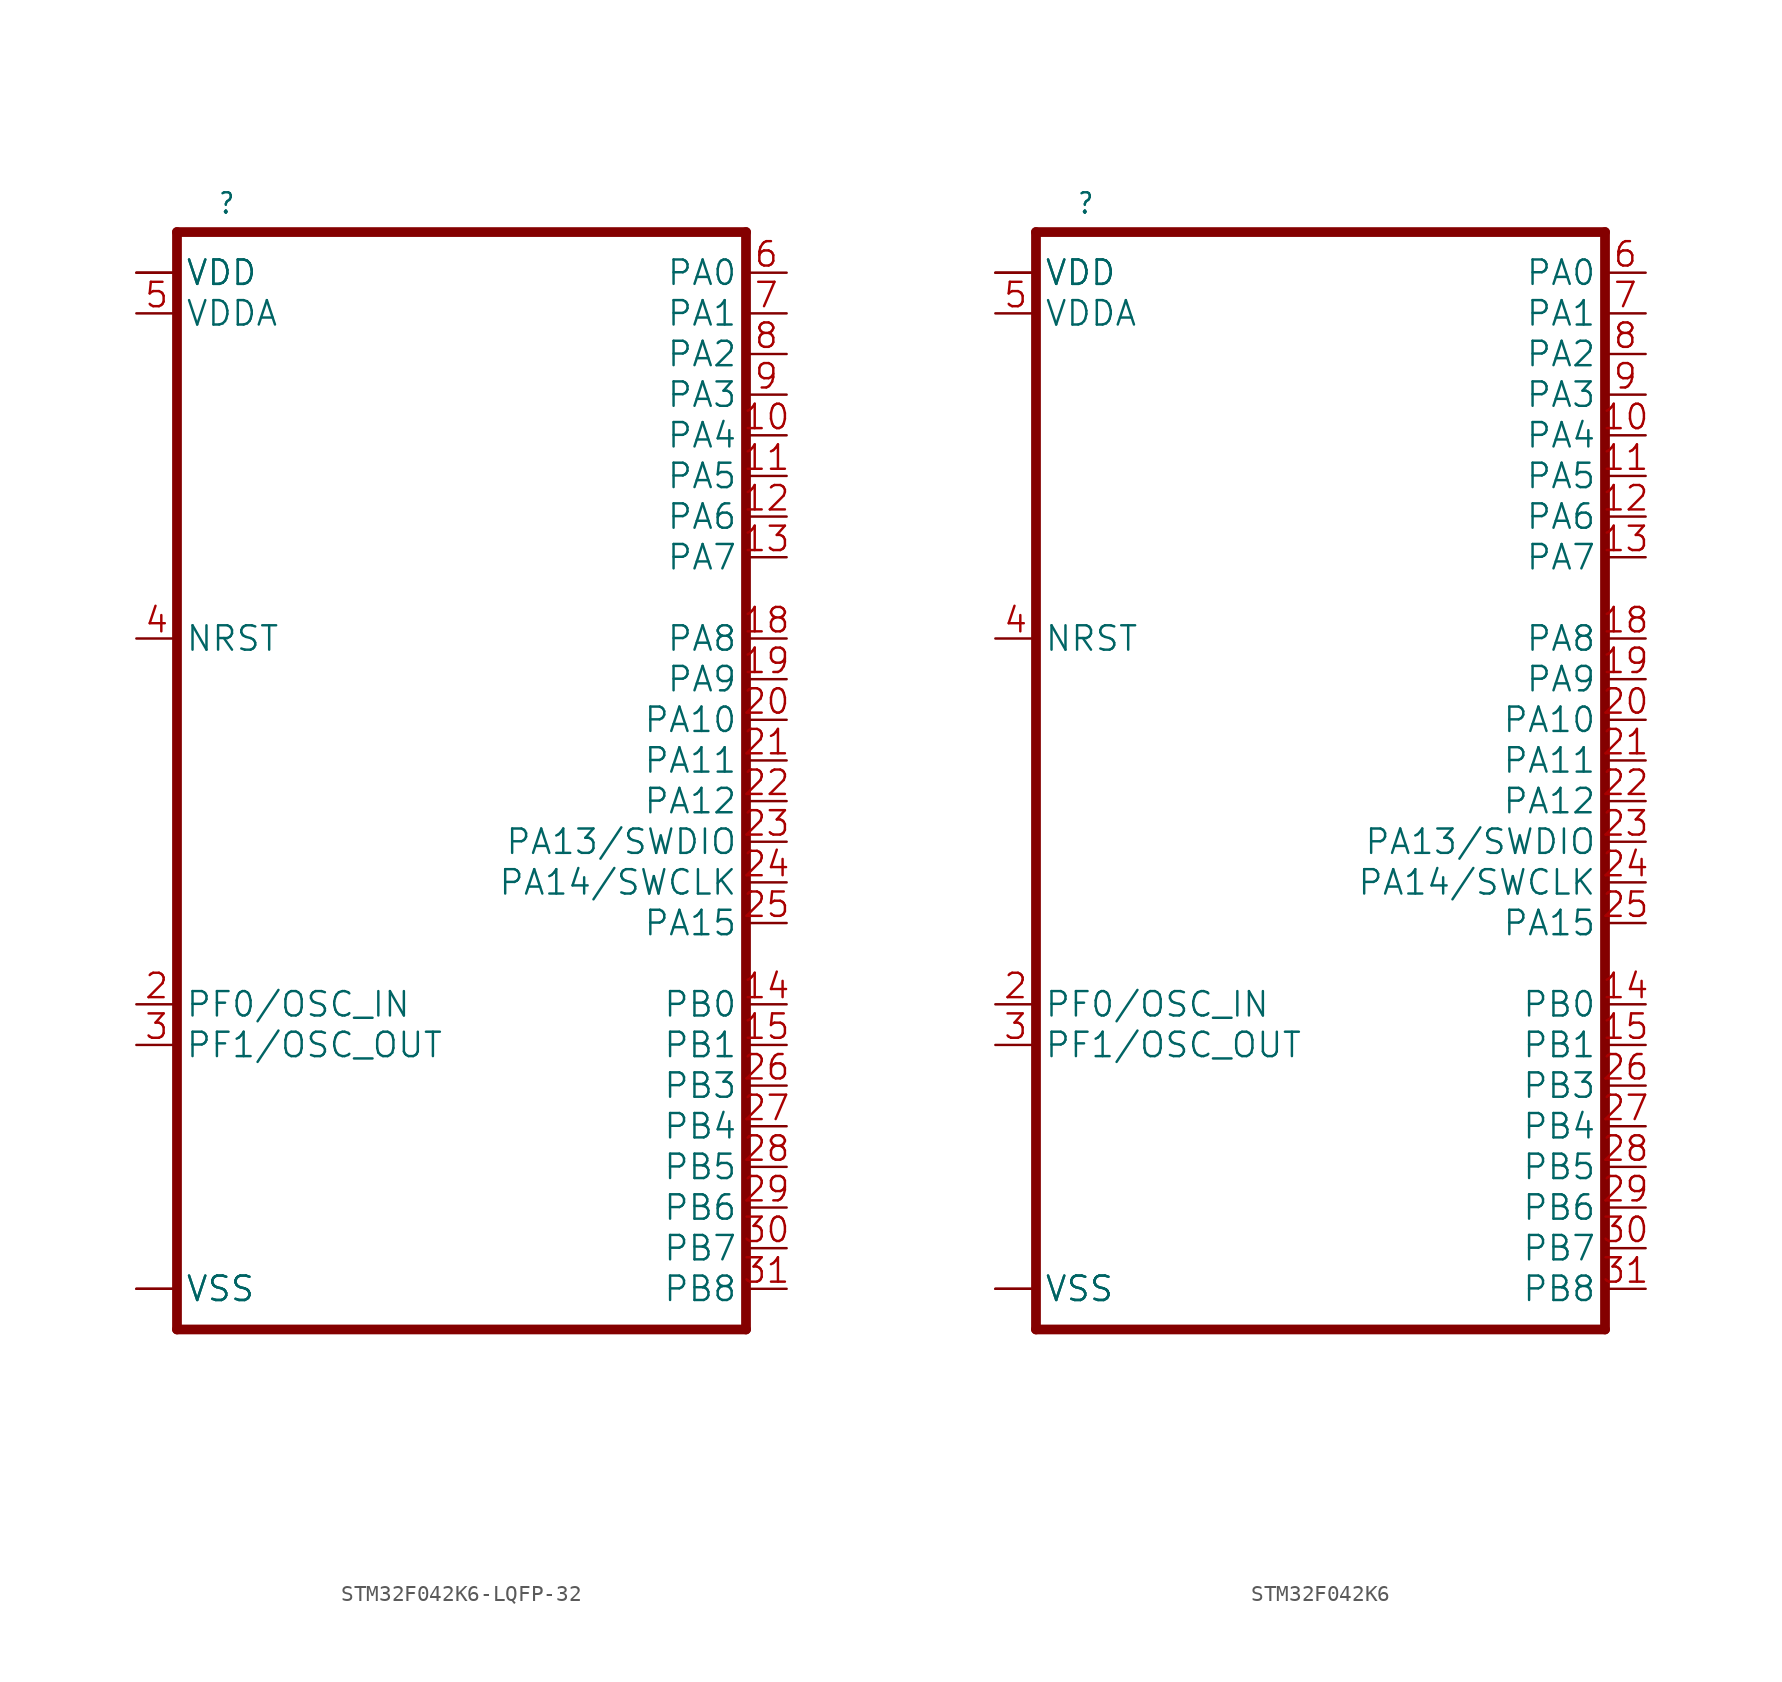
<source format=kicad_sym>
(kicad_symbol_lib
  (version 20241209)
  (generator "kicad_symbol_editor")
  (generator_version "9.0")
  (symbol "STM32F042K6-LQFP-32"
    (property "Reference" ""
      (at 2.54 2.54 0)
      (effects (font (size 1.27 1.079)) (justify left top)))
    (property "Value" ""
      (at 2.54 -76.2 0)
      (effects (font (size 1.27 1.079)) (justify left bottom)))
    (property "ki_locked" ""
      (at 0 0 0)
      (effects (font (size 1.27 1.27))))
    (symbol "STM32F042K6-LQFP-32_1_0"
      (polyline (pts (xy 0 0) (xy 0 -68.58)) (stroke (width 0.61) (type solid)) (fill (type none)))
      (polyline (pts (xy 0 0) (xy 35.56 0)) (stroke (width 0.61) (type solid)) (fill (type none)))
      (polyline (pts (xy 0 -68.58) (xy 35.56 -68.58)) (stroke (width 0.61) (type solid)) (fill (type none)))
      (polyline (pts (xy 35.56 0) (xy 35.56 -68.58)) (stroke (width 0.61) (type solid)) (fill (type none)))
      (pin bidirectional line (at -2.54 -2.54 0) (length 2.54) (name "VDD" (effects (font (size 1.524 1.524)))) (number "1" (effects (font (size 0 0)))))
      (pin bidirectional line (at -2.54 -2.54 0) (length 2.54) (name "VDD" (effects (font (size 1.524 1.524)))) (number "17" (effects (font (size 0 0)))))
      (pin bidirectional line (at -2.54 -5.08 0) (length 2.54) (name "VDDA" (effects (font (size 1.524 1.524)))) (number "5" (effects (font (size 1.524 1.524)))))
      (pin bidirectional line (at -2.54 -25.4 0) (length 2.54) (name "NRST" (effects (font (size 1.524 1.524)))) (number "4" (effects (font (size 1.524 1.524)))))
      (pin bidirectional line (at -2.54 -48.26 0) (length 2.54) (name "PF0/OSC_IN" (effects (font (size 1.524 1.524)))) (number "2" (effects (font (size 1.524 1.524)))))
      (pin bidirectional line (at -2.54 -50.8 0) (length 2.54) (name "PF1/OSC_OUT" (effects (font (size 1.524 1.524)))) (number "3" (effects (font (size 1.524 1.524)))))
      (pin bidirectional line (at -2.54 -66.04 0) (length 2.54) (name "VSS" (effects (font (size 1.524 1.524)))) (number "16" (effects (font (size 0 0)))))
      (pin bidirectional line (at -2.54 -66.04 0) (length 2.54) (name "VSS" (effects (font (size 1.524 1.524)))) (number "32" (effects (font (size 0 0)))))
      (pin bidirectional line (at 38.1 -2.54 180) (length 2.54) (name "PA0" (effects (font (size 1.524 1.524)))) (number "6" (effects (font (size 1.524 1.524)))))
      (pin bidirectional line (at 38.1 -5.08 180) (length 2.54) (name "PA1" (effects (font (size 1.524 1.524)))) (number "7" (effects (font (size 1.524 1.524)))))
      (pin bidirectional line (at 38.1 -7.62 180) (length 2.54) (name "PA2" (effects (font (size 1.524 1.524)))) (number "8" (effects (font (size 1.524 1.524)))))
      (pin bidirectional line (at 38.1 -10.16 180) (length 2.54) (name "PA3" (effects (font (size 1.524 1.524)))) (number "9" (effects (font (size 1.524 1.524)))))
      (pin bidirectional line (at 38.1 -12.7 180) (length 2.54) (name "PA4" (effects (font (size 1.524 1.524)))) (number "10" (effects (font (size 1.524 1.524)))))
      (pin bidirectional line (at 38.1 -15.24 180) (length 2.54) (name "PA5" (effects (font (size 1.524 1.524)))) (number "11" (effects (font (size 1.524 1.524)))))
      (pin bidirectional line (at 38.1 -17.78 180) (length 2.54) (name "PA6" (effects (font (size 1.524 1.524)))) (number "12" (effects (font (size 1.524 1.524)))))
      (pin bidirectional line (at 38.1 -20.32 180) (length 2.54) (name "PA7" (effects (font (size 1.524 1.524)))) (number "13" (effects (font (size 1.524 1.524)))))
      (pin bidirectional line (at 38.1 -25.4 180) (length 2.54) (name "PA8" (effects (font (size 1.524 1.524)))) (number "18" (effects (font (size 1.524 1.524)))))
      (pin bidirectional line (at 38.1 -27.94 180) (length 2.54) (name "PA9" (effects (font (size 1.524 1.524)))) (number "19" (effects (font (size 1.524 1.524)))))
      (pin bidirectional line (at 38.1 -30.48 180) (length 2.54) (name "PA10" (effects (font (size 1.524 1.524)))) (number "20" (effects (font (size 1.524 1.524)))))
      (pin bidirectional line (at 38.1 -33.02 180) (length 2.54) (name "PA11" (effects (font (size 1.524 1.524)))) (number "21" (effects (font (size 1.524 1.524)))))
      (pin bidirectional line (at 38.1 -35.56 180) (length 2.54) (name "PA12" (effects (font (size 1.524 1.524)))) (number "22" (effects (font (size 1.524 1.524)))))
      (pin bidirectional line (at 38.1 -38.1 180) (length 2.54) (name "PA13/SWDIO" (effects (font (size 1.524 1.524)))) (number "23" (effects (font (size 1.524 1.524)))))
      (pin bidirectional line (at 38.1 -40.64 180) (length 2.54) (name "PA14/SWCLK" (effects (font (size 1.524 1.524)))) (number "24" (effects (font (size 1.524 1.524)))))
      (pin bidirectional line (at 38.1 -43.18 180) (length 2.54) (name "PA15" (effects (font (size 1.524 1.524)))) (number "25" (effects (font (size 1.524 1.524)))))
      (pin bidirectional line (at 38.1 -48.26 180) (length 2.54) (name "PB0" (effects (font (size 1.524 1.524)))) (number "14" (effects (font (size 1.524 1.524)))))
      (pin bidirectional line (at 38.1 -50.8 180) (length 2.54) (name "PB1" (effects (font (size 1.524 1.524)))) (number "15" (effects (font (size 1.524 1.524)))))
      (pin bidirectional line (at 38.1 -53.34 180) (length 2.54) (name "PB3" (effects (font (size 1.524 1.524)))) (number "26" (effects (font (size 1.524 1.524)))))
      (pin bidirectional line (at 38.1 -55.88 180) (length 2.54) (name "PB4" (effects (font (size 1.524 1.524)))) (number "27" (effects (font (size 1.524 1.524)))))
      (pin bidirectional line (at 38.1 -58.42 180) (length 2.54) (name "PB5" (effects (font (size 1.524 1.524)))) (number "28" (effects (font (size 1.524 1.524)))))
      (pin bidirectional line (at 38.1 -60.96 180) (length 2.54) (name "PB6" (effects (font (size 1.524 1.524)))) (number "29" (effects (font (size 1.524 1.524)))))
      (pin bidirectional line (at 38.1 -63.5 180) (length 2.54) (name "PB7" (effects (font (size 1.524 1.524)))) (number "30" (effects (font (size 1.524 1.524)))))
      (pin bidirectional line (at 38.1 -66.04 180) (length 2.54) (name "PB8" (effects (font (size 1.524 1.524)))) (number "31" (effects (font (size 1.524 1.524)))))))
  (symbol "STM32F042K6"
    (property "Reference" ""
      (at 2.54 2.54 0)
      (effects (font (size 1.27 1.079)) (justify left top)))
    (property "Value" ""
      (at 2.54 -76.2 0)
      (effects (font (size 1.27 1.079)) (justify left bottom)))
    (property "ki_locked" ""
      (at 0 0 0)
      (effects (font (size 1.27 1.27))))
    (symbol "STM32F042K6_1_0"
      (polyline (pts (xy 0 0) (xy 0 -68.58)) (stroke (width 0.61) (type solid)) (fill (type none)))
      (polyline (pts (xy 0 0) (xy 35.56 0)) (stroke (width 0.61) (type solid)) (fill (type none)))
      (polyline (pts (xy 0 -68.58) (xy 35.56 -68.58)) (stroke (width 0.61) (type solid)) (fill (type none)))
      (polyline (pts (xy 35.56 0) (xy 35.56 -68.58)) (stroke (width 0.61) (type solid)) (fill (type none)))
      (pin bidirectional line (at -2.54 -2.54 0) (length 2.54) (name "VDD" (effects (font (size 1.524 1.524)))) (number "1" (effects (font (size 0 0)))))
      (pin bidirectional line (at -2.54 -2.54 0) (length 2.54) (name "VDD" (effects (font (size 1.524 1.524)))) (number "17" (effects (font (size 0 0)))))
      (pin bidirectional line (at -2.54 -5.08 0) (length 2.54) (name "VDDA" (effects (font (size 1.524 1.524)))) (number "5" (effects (font (size 1.524 1.524)))))
      (pin bidirectional line (at -2.54 -25.4 0) (length 2.54) (name "NRST" (effects (font (size 1.524 1.524)))) (number "4" (effects (font (size 1.524 1.524)))))
      (pin bidirectional line (at -2.54 -48.26 0) (length 2.54) (name "PF0/OSC_IN" (effects (font (size 1.524 1.524)))) (number "2" (effects (font (size 1.524 1.524)))))
      (pin bidirectional line (at -2.54 -50.8 0) (length 2.54) (name "PF1/OSC_OUT" (effects (font (size 1.524 1.524)))) (number "3" (effects (font (size 1.524 1.524)))))
      (pin bidirectional line (at -2.54 -66.04 0) (length 2.54) (name "VSS" (effects (font (size 1.524 1.524)))) (number "16" (effects (font (size 0 0)))))
      (pin bidirectional line (at -2.54 -66.04 0) (length 2.54) (name "VSS" (effects (font (size 1.524 1.524)))) (number "32" (effects (font (size 0 0)))))
      (pin bidirectional line (at 38.1 -2.54 180) (length 2.54) (name "PA0" (effects (font (size 1.524 1.524)))) (number "6" (effects (font (size 1.524 1.524)))))
      (pin bidirectional line (at 38.1 -5.08 180) (length 2.54) (name "PA1" (effects (font (size 1.524 1.524)))) (number "7" (effects (font (size 1.524 1.524)))))
      (pin bidirectional line (at 38.1 -7.62 180) (length 2.54) (name "PA2" (effects (font (size 1.524 1.524)))) (number "8" (effects (font (size 1.524 1.524)))))
      (pin bidirectional line (at 38.1 -10.16 180) (length 2.54) (name "PA3" (effects (font (size 1.524 1.524)))) (number "9" (effects (font (size 1.524 1.524)))))
      (pin bidirectional line (at 38.1 -12.7 180) (length 2.54) (name "PA4" (effects (font (size 1.524 1.524)))) (number "10" (effects (font (size 1.524 1.524)))))
      (pin bidirectional line (at 38.1 -15.24 180) (length 2.54) (name "PA5" (effects (font (size 1.524 1.524)))) (number "11" (effects (font (size 1.524 1.524)))))
      (pin bidirectional line (at 38.1 -17.78 180) (length 2.54) (name "PA6" (effects (font (size 1.524 1.524)))) (number "12" (effects (font (size 1.524 1.524)))))
      (pin bidirectional line (at 38.1 -20.32 180) (length 2.54) (name "PA7" (effects (font (size 1.524 1.524)))) (number "13" (effects (font (size 1.524 1.524)))))
      (pin bidirectional line (at 38.1 -25.4 180) (length 2.54) (name "PA8" (effects (font (size 1.524 1.524)))) (number "18" (effects (font (size 1.524 1.524)))))
      (pin bidirectional line (at 38.1 -27.94 180) (length 2.54) (name "PA9" (effects (font (size 1.524 1.524)))) (number "19" (effects (font (size 1.524 1.524)))))
      (pin bidirectional line (at 38.1 -30.48 180) (length 2.54) (name "PA10" (effects (font (size 1.524 1.524)))) (number "20" (effects (font (size 1.524 1.524)))))
      (pin bidirectional line (at 38.1 -33.02 180) (length 2.54) (name "PA11" (effects (font (size 1.524 1.524)))) (number "21" (effects (font (size 1.524 1.524)))))
      (pin bidirectional line (at 38.1 -35.56 180) (length 2.54) (name "PA12" (effects (font (size 1.524 1.524)))) (number "22" (effects (font (size 1.524 1.524)))))
      (pin bidirectional line (at 38.1 -38.1 180) (length 2.54) (name "PA13/SWDIO" (effects (font (size 1.524 1.524)))) (number "23" (effects (font (size 1.524 1.524)))))
      (pin bidirectional line (at 38.1 -40.64 180) (length 2.54) (name "PA14/SWCLK" (effects (font (size 1.524 1.524)))) (number "24" (effects (font (size 1.524 1.524)))))
      (pin bidirectional line (at 38.1 -43.18 180) (length 2.54) (name "PA15" (effects (font (size 1.524 1.524)))) (number "25" (effects (font (size 1.524 1.524)))))
      (pin bidirectional line (at 38.1 -48.26 180) (length 2.54) (name "PB0" (effects (font (size 1.524 1.524)))) (number "14" (effects (font (size 1.524 1.524)))))
      (pin bidirectional line (at 38.1 -50.8 180) (length 2.54) (name "PB1" (effects (font (size 1.524 1.524)))) (number "15" (effects (font (size 1.524 1.524)))))
      (pin bidirectional line (at 38.1 -53.34 180) (length 2.54) (name "PB3" (effects (font (size 1.524 1.524)))) (number "26" (effects (font (size 1.524 1.524)))))
      (pin bidirectional line (at 38.1 -55.88 180) (length 2.54) (name "PB4" (effects (font (size 1.524 1.524)))) (number "27" (effects (font (size 1.524 1.524)))))
      (pin bidirectional line (at 38.1 -58.42 180) (length 2.54) (name "PB5" (effects (font (size 1.524 1.524)))) (number "28" (effects (font (size 1.524 1.524)))))
      (pin bidirectional line (at 38.1 -60.96 180) (length 2.54) (name "PB6" (effects (font (size 1.524 1.524)))) (number "29" (effects (font (size 1.524 1.524)))))
      (pin bidirectional line (at 38.1 -63.5 180) (length 2.54) (name "PB7" (effects (font (size 1.524 1.524)))) (number "30" (effects (font (size 1.524 1.524)))))
      (pin bidirectional line (at 38.1 -66.04 180) (length 2.54) (name "PB8" (effects (font (size 1.524 1.524)))) (number "31" (effects (font (size 1.524 1.524))))))))
</source>
